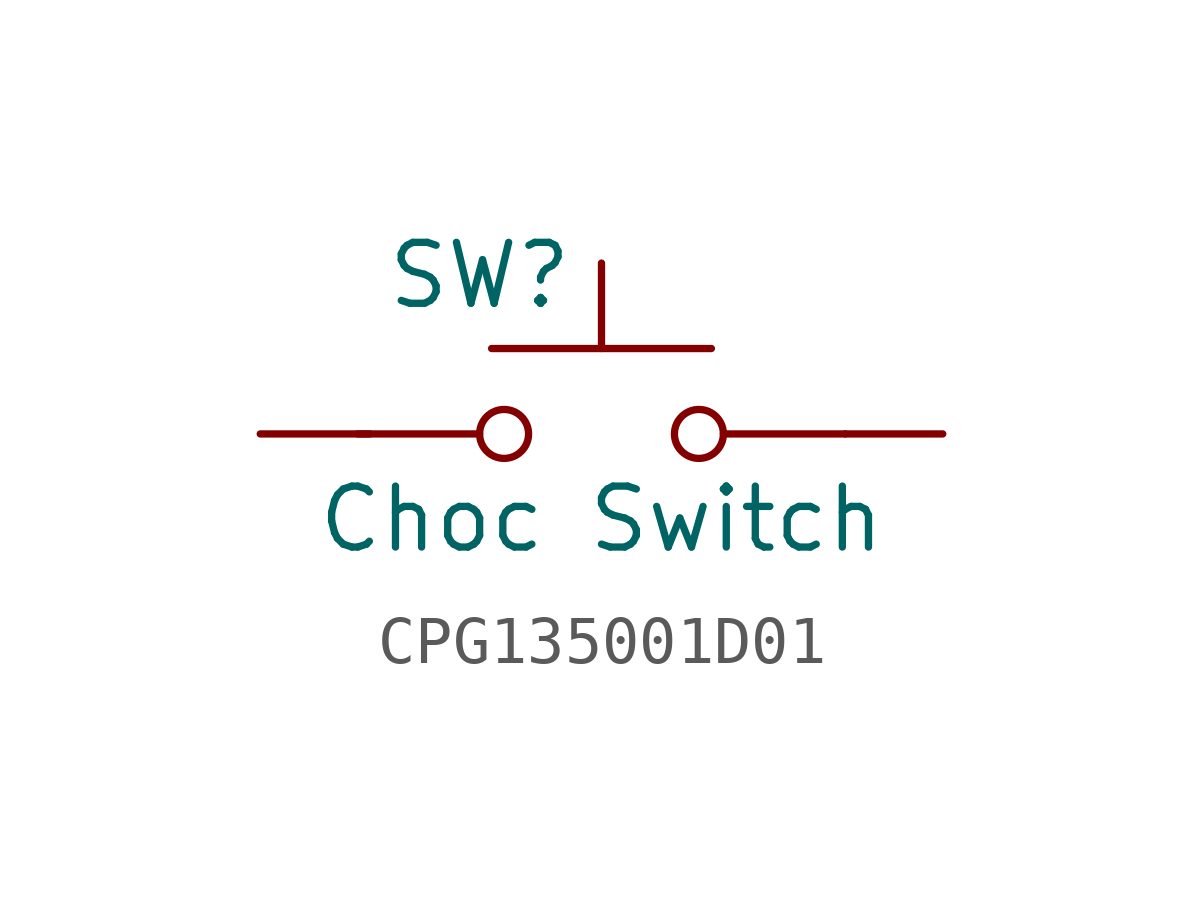
<source format=kicad_sym>
(kicad_symbol_lib
  (version 20231120)
  (generator "kicad_symbol_editor")
  (generator_version "8.0")
  (symbol "CPG135001D01"
    (property "Reference" "SW"
      (at -2.54 0.762 0)
      (effects (font (size 1.27 1.27))))
    (property "Value" "Choc Switch"
      (at 0 -4.318 0)
      (effects (font (size 1.27 1.27))))
    (symbol "CPG135001D01_0_1"
      (circle (center -2.03 -2.54) (radius 0.51) (stroke (width 0) (type default)) (fill (type none)))
      (polyline (pts (xy -5.08 -2.54) (xy -2.54 -2.54)) (stroke (width 0) (type default)) (fill (type none)))
      (polyline (pts (xy -4.826 -2.54) (xy -7.112 -2.54)) (stroke (width 0) (type default)) (fill (type none)))
      (polyline (pts (xy -2.29 -0.76) (xy 2.29 -0.76)) (stroke (width 0) (type default)) (fill (type none)))
      (polyline (pts (xy 0 -0.76) (xy 0 1.02)) (stroke (width 0) (type default)) (fill (type none)))
      (polyline (pts (xy 5.08 -2.54) (xy 2.54 -2.54)) (stroke (width 0) (type default)) (fill (type none)))
      (polyline (pts (xy 5.08 -2.54) (xy 7.112 -2.54)) (stroke (width 0) (type default)) (fill (type none)))
      (circle (center 2.03 -2.54) (radius 0.51) (stroke (width 0) (type default)) (fill (type none))))))
</source>
